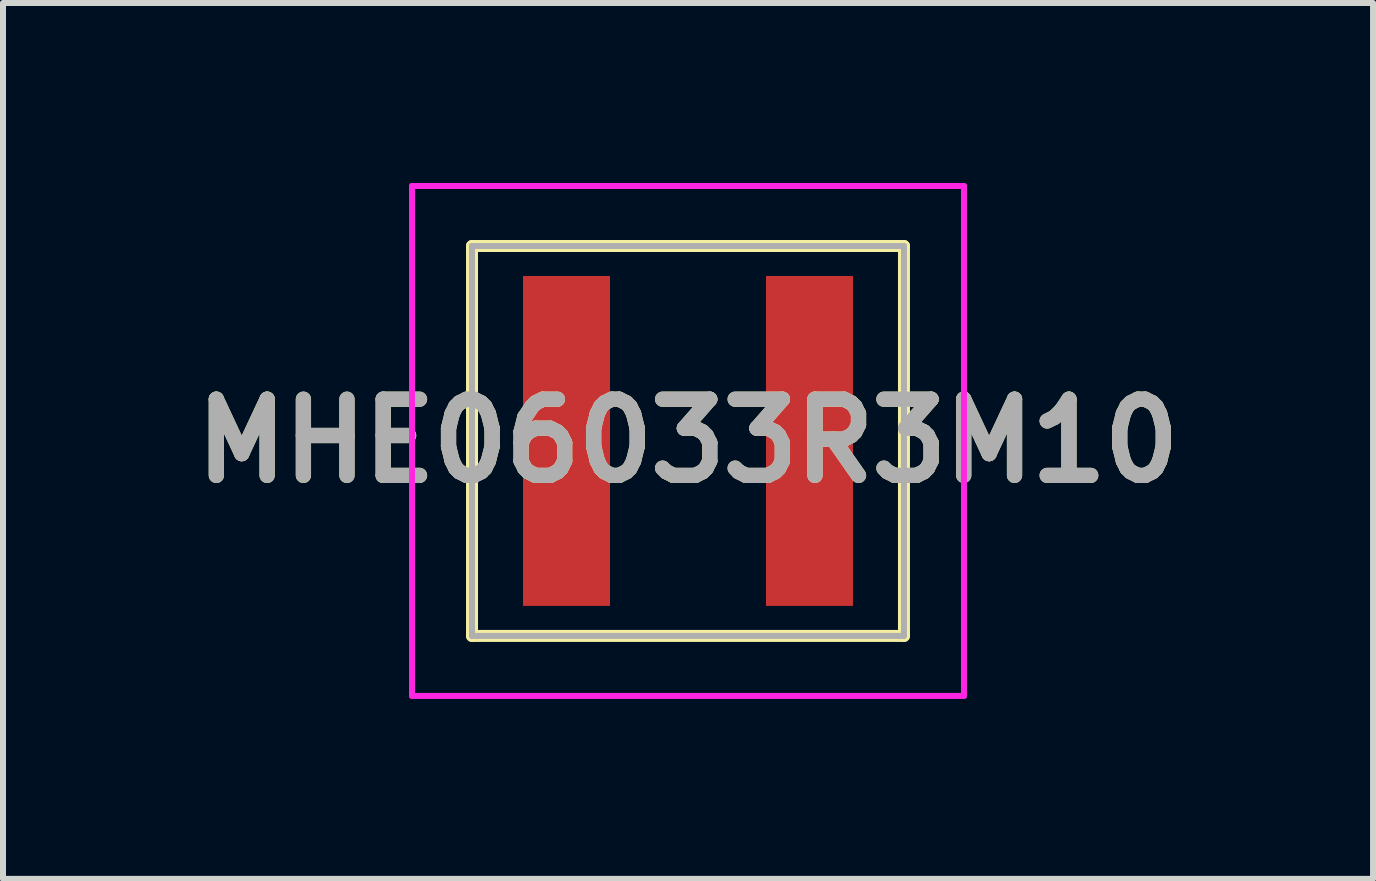
<source format=kicad_pcb>
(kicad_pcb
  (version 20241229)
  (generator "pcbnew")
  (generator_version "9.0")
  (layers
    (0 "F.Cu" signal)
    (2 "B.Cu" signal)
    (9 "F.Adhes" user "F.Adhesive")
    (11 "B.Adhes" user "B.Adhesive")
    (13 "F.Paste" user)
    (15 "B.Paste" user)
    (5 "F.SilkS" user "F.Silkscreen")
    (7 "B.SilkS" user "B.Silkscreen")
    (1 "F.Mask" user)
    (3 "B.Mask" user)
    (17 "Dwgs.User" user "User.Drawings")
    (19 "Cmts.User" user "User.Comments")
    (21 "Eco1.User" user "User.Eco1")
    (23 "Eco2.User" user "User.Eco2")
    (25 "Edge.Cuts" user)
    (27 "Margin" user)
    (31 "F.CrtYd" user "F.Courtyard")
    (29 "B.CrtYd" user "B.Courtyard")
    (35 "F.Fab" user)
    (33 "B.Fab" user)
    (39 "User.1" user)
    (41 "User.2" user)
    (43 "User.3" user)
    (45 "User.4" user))
  (footprint "MHE06033R3M10"
    (layer "F.Cu")
    (at 8.418 4.3)
    (property "Reference" "MHE06033R3M10" (at 0 0 0) (layer "F.SilkS") (effects (font (size 1.27 1.27) (thickness 0.254))))
    (attr smd)
    (fp_line (start -3.6 -3.25) (end 3.6 -3.25) (stroke (width 0.2) (type solid)) (layer "F.SilkS"))
    (fp_line (start -3.6 3.25) (end -3.6 -3.25) (stroke (width 0.2) (type solid)) (layer "F.SilkS"))
    (fp_line (start 3.6 -3.25) (end 3.6 3.25) (stroke (width 0.2) (type solid)) (layer "F.SilkS"))
    (fp_line (start 3.6 3.25) (end -3.6 3.25) (stroke (width 0.2) (type solid)) (layer "F.SilkS"))
    (fp_line (start -4.6 -4.25) (end 4.6 -4.25) (stroke (width 0.1) (type solid)) (layer "F.CrtYd"))
    (fp_line (start -4.6 4.25) (end -4.6 -4.25) (stroke (width 0.1) (type solid)) (layer "F.CrtYd"))
    (fp_line (start 4.6 -4.25) (end 4.6 4.25) (stroke (width 0.1) (type solid)) (layer "F.CrtYd"))
    (fp_line (start 4.6 4.25) (end -4.6 4.25) (stroke (width 0.1) (type solid)) (layer "F.CrtYd"))
    (fp_line (start -3.6 -3.25) (end 3.6 -3.25) (stroke (width 0.1) (type solid)) (layer "F.Fab"))
    (fp_line (start -3.6 3.25) (end -3.6 -3.25) (stroke (width 0.1) (type solid)) (layer "F.Fab"))
    (fp_line (start 3.6 -3.25) (end 3.6 3.25) (stroke (width 0.1) (type solid)) (layer "F.Fab"))
    (fp_line (start 3.6 3.25) (end -3.6 3.25) (stroke (width 0.1) (type solid)) (layer "F.Fab"))
    (fp_text user "${REFERENCE}" (at 0 0 0) (layer "F.Fab") (effects (font (size 1.27 1.27) (thickness 0.254))))
    (pad "1" smd rect (at -2.025 0) (size 1.45 5.5) (layers "F.Cu" "F.Mask" "F.Paste"))
    (pad "2" smd rect (at 2.025 0) (size 1.45 5.5) (layers "F.Cu" "F.Mask" "F.Paste")))
  (gr_rect
    (start -3 -3)
    (end 19.837 11.6)
    (stroke (width 0.1) (type default))
    (fill no)
    (layer "Edge.Cuts")))
</source>
